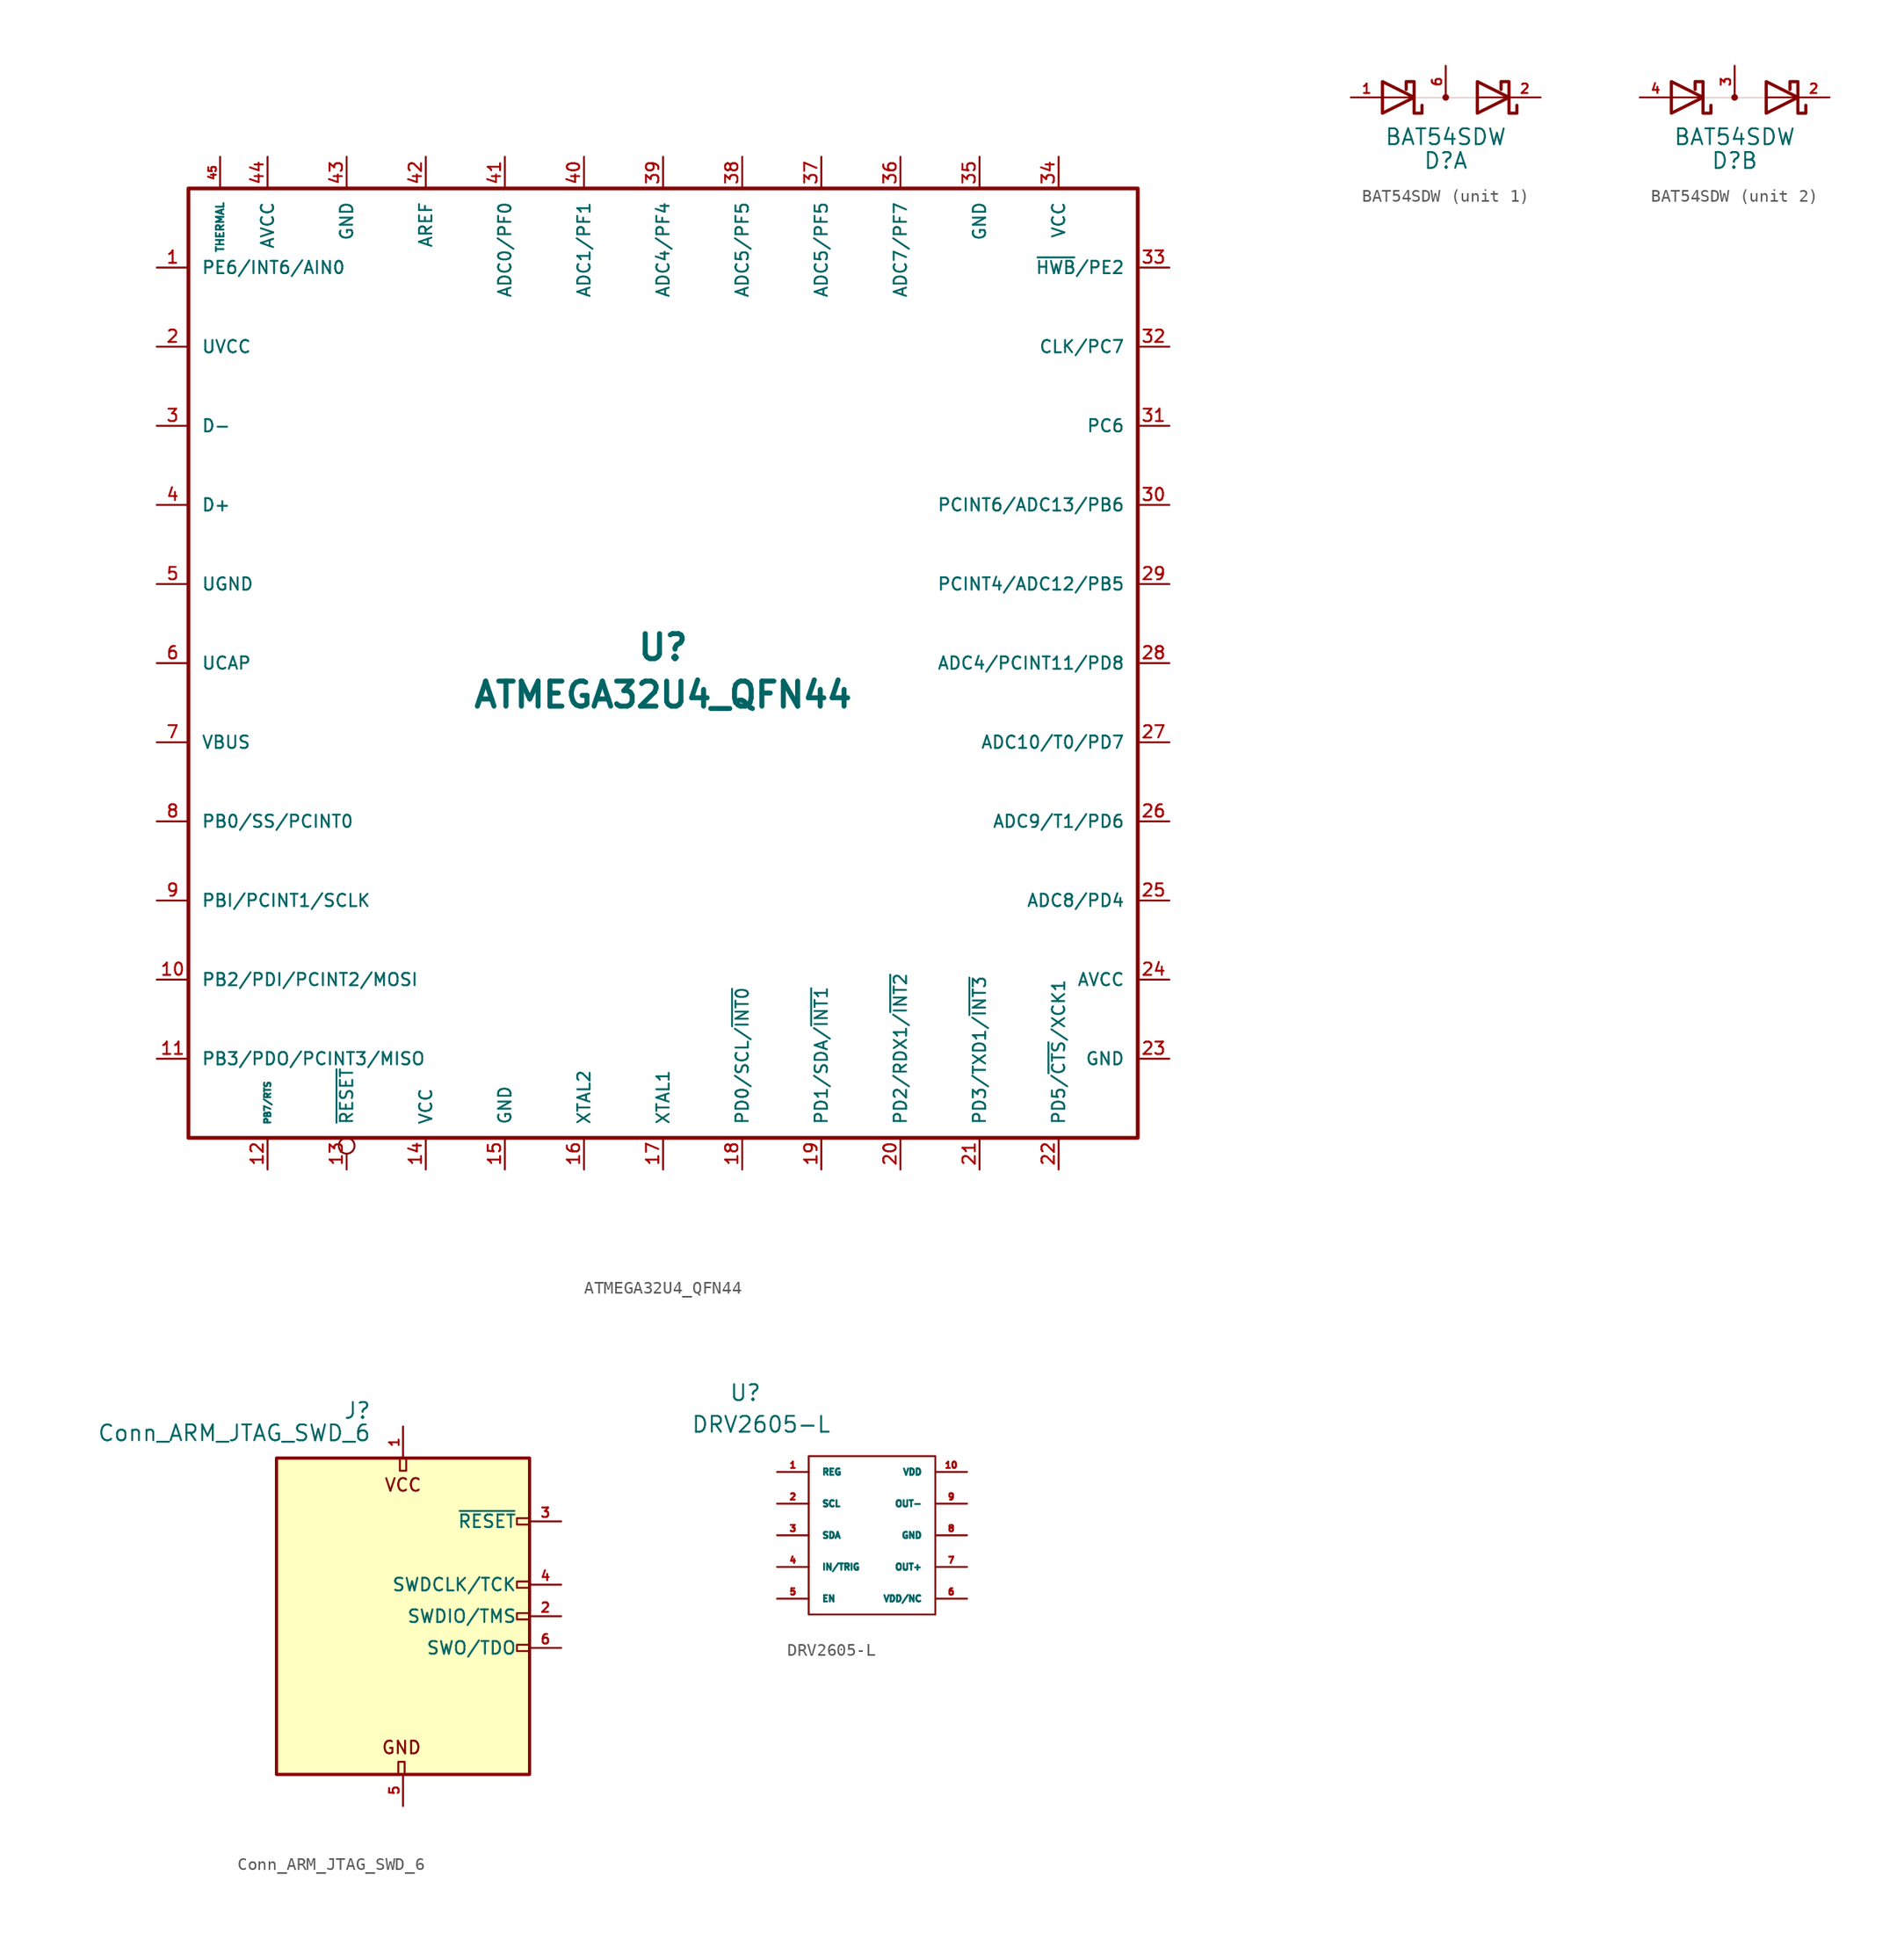
<source format=kicad_sym>
(kicad_symbol_lib
  (version 20211014)
  (generator kicad_symbol_editor)
  (symbol "ATMEGA32U4_QFN44"
    (pin_names
      (offset 1.016))
    (property "Reference" "U"
      (at 0 1.27 0)
      (effects (font (size 2.007 2.007) bold)))
    (property "Value" "ATMEGA32U4_QFN44"
      (at 0 -2.54 0)
      (effects (font (size 2.007 2.007) bold)))
    (symbol "ATMEGA32U4_QFN44_0_1"
      (rectangle (start -38.1 38.1) (end 38.1 -38.1) (stroke (width 0.305) (type default) (color 0 0 0 0)) (fill (type none))))
    (symbol "ATMEGA32U4_QFN44_1_1"
      (pin bidirectional line (at -40.64 31.75 0) (length 2.54) (name "PE6/INT6/AIN0" (effects (font (size 0.991 0.991)))) (number "1" (effects (font (size 0.991 0.991)))))
      (pin bidirectional line (at -40.64 -25.4 0) (length 2.54) (name "PB2/PDI/PCINT2/MOSI" (effects (font (size 0.991 0.991)))) (number "10" (effects (font (size 0.991 0.991)))))
      (pin bidirectional line (at -40.64 -31.75 0) (length 2.54) (name "PB3/PDO/PCINT3/MISO" (effects (font (size 0.991 0.991)))) (number "11" (effects (font (size 0.991 0.991)))))
      (pin bidirectional line (at -31.75 -40.64 90) (length 2.54) (name "PB7/RTS" (effects (font (size 0.508 0.508)))) (number "12" (effects (font (size 0.991 0.991)))))
      (pin input inverted (at -25.4 -40.64 90) (length 2.54) (name "~{RESET}" (effects (font (size 0.991 0.991)))) (number "13" (effects (font (size 0.991 0.991)))))
      (pin power_in line (at -19.05 -40.64 90) (length 2.54) (name "VCC" (effects (font (size 0.991 0.991)))) (number "14" (effects (font (size 0.991 0.991)))))
      (pin power_in line (at -12.7 -40.64 90) (length 2.54) (name "GND" (effects (font (size 0.991 0.991)))) (number "15" (effects (font (size 0.991 0.991)))))
      (pin input line (at -6.35 -40.64 90) (length 2.54) (name "XTAL2" (effects (font (size 0.991 0.991)))) (number "16" (effects (font (size 0.991 0.991)))))
      (pin input line (at 0 -40.64 90) (length 2.54) (name "XTAL1" (effects (font (size 0.991 0.991)))) (number "17" (effects (font (size 0.991 0.991)))))
      (pin bidirectional line (at 6.35 -40.64 90) (length 2.54) (name "PD0/SCL/~{INT0}" (effects (font (size 0.991 0.991)))) (number "18" (effects (font (size 0.991 0.991)))))
      (pin bidirectional line (at 12.7 -40.64 90) (length 2.54) (name "PD1/SDA/~{INT1}" (effects (font (size 0.991 0.991)))) (number "19" (effects (font (size 0.991 0.991)))))
      (pin power_in line (at -40.64 25.4 0) (length 2.54) (name "UVCC" (effects (font (size 0.991 0.991)))) (number "2" (effects (font (size 0.991 0.991)))))
      (pin bidirectional line (at 19.05 -40.64 90) (length 2.54) (name "PD2/RDX1/~{INT2}" (effects (font (size 0.991 0.991)))) (number "20" (effects (font (size 0.991 0.991)))))
      (pin bidirectional line (at 25.4 -40.64 90) (length 2.54) (name "PD3/TXD1/~{INT3}" (effects (font (size 0.991 0.991)))) (number "21" (effects (font (size 0.991 0.991)))))
      (pin bidirectional line (at 31.75 -40.64 90) (length 2.54) (name "PD5/~{CTS}/XCK1" (effects (font (size 0.991 0.991)))) (number "22" (effects (font (size 0.991 0.991)))))
      (pin power_in line (at 40.64 -31.75 180) (length 2.54) (name "GND" (effects (font (size 0.991 0.991)))) (number "23" (effects (font (size 0.991 0.991)))))
      (pin power_in line (at 40.64 -25.4 180) (length 2.54) (name "AVCC" (effects (font (size 0.991 0.991)))) (number "24" (effects (font (size 0.991 0.991)))))
      (pin bidirectional line (at 40.64 -19.05 180) (length 2.54) (name "ADC8/PD4" (effects (font (size 0.991 0.991)))) (number "25" (effects (font (size 0.991 0.991)))))
      (pin bidirectional line (at 40.64 -12.7 180) (length 2.54) (name "ADC9/T1/PD6" (effects (font (size 0.991 0.991)))) (number "26" (effects (font (size 0.991 0.991)))))
      (pin bidirectional line (at 40.64 -6.35 180) (length 2.54) (name "ADC10/T0/PD7" (effects (font (size 0.991 0.991)))) (number "27" (effects (font (size 0.991 0.991)))))
      (pin bidirectional line (at 40.64 0 180) (length 2.54) (name "ADC4/PCINT11/PD8" (effects (font (size 0.991 0.991)))) (number "28" (effects (font (size 0.991 0.991)))))
      (pin bidirectional line (at 40.64 6.35 180) (length 2.54) (name "PCINT4/ADC12/PB5" (effects (font (size 0.991 0.991)))) (number "29" (effects (font (size 0.991 0.991)))))
      (pin bidirectional line (at -40.64 19.05 0) (length 2.54) (name "D-" (effects (font (size 0.991 0.991)))) (number "3" (effects (font (size 0.991 0.991)))))
      (pin bidirectional line (at 40.64 12.7 180) (length 2.54) (name "PCINT6/ADC13/PB6" (effects (font (size 0.991 0.991)))) (number "30" (effects (font (size 0.991 0.991)))))
      (pin bidirectional line (at 40.64 19.05 180) (length 2.54) (name "PC6" (effects (font (size 0.991 0.991)))) (number "31" (effects (font (size 0.991 0.991)))))
      (pin bidirectional line (at 40.64 25.4 180) (length 2.54) (name "CLK/PC7" (effects (font (size 0.991 0.991)))) (number "32" (effects (font (size 0.991 0.991)))))
      (pin bidirectional line (at 40.64 31.75 180) (length 2.54) (name "~{HWB}/PE2" (effects (font (size 0.991 0.991)))) (number "33" (effects (font (size 0.991 0.991)))))
      (pin power_in line (at 31.75 40.64 270) (length 2.54) (name "VCC" (effects (font (size 0.991 0.991)))) (number "34" (effects (font (size 0.991 0.991)))))
      (pin power_in line (at 25.4 40.64 270) (length 2.54) (name "GND" (effects (font (size 0.991 0.991)))) (number "35" (effects (font (size 0.991 0.991)))))
      (pin bidirectional line (at 19.05 40.64 270) (length 2.54) (name "ADC7/PF7" (effects (font (size 0.991 0.991)))) (number "36" (effects (font (size 0.991 0.991)))))
      (pin bidirectional line (at 12.7 40.64 270) (length 2.54) (name "ADC5/PF5" (effects (font (size 0.991 0.991)))) (number "37" (effects (font (size 0.991 0.991)))))
      (pin bidirectional line (at 6.35 40.64 270) (length 2.54) (name "ADC5/PF5" (effects (font (size 0.991 0.991)))) (number "38" (effects (font (size 0.991 0.991)))))
      (pin bidirectional line (at 0 40.64 270) (length 2.54) (name "ADC4/PF4" (effects (font (size 0.991 0.991)))) (number "39" (effects (font (size 0.991 0.991)))))
      (pin bidirectional line (at -40.64 12.7 0) (length 2.54) (name "D+" (effects (font (size 0.991 0.991)))) (number "4" (effects (font (size 0.991 0.991)))))
      (pin bidirectional line (at -6.35 40.64 270) (length 2.54) (name "ADC1/PF1" (effects (font (size 0.991 0.991)))) (number "40" (effects (font (size 0.991 0.991)))))
      (pin bidirectional line (at -12.7 40.64 270) (length 2.54) (name "ADC0/PF0" (effects (font (size 0.991 0.991)))) (number "41" (effects (font (size 0.991 0.991)))))
      (pin input line (at -19.05 40.64 270) (length 2.54) (name "AREF" (effects (font (size 0.991 0.991)))) (number "42" (effects (font (size 0.991 0.991)))))
      (pin power_in line (at -25.4 40.64 270) (length 2.54) (name "GND" (effects (font (size 0.991 0.991)))) (number "43" (effects (font (size 0.991 0.991)))))
      (pin power_in line (at -31.75 40.64 270) (length 2.54) (name "AVCC" (effects (font (size 0.991 0.991)))) (number "44" (effects (font (size 0.991 0.991)))))
      (pin input line (at -35.56 40.64 270) (length 2.54) (name "THERMAL" (effects (font (size 0.61 0.61)))) (number "45" (effects (font (size 0.61 0.61)))))
      (pin power_in line (at -40.64 6.35 0) (length 2.54) (name "UGND" (effects (font (size 0.991 0.991)))) (number "5" (effects (font (size 0.991 0.991)))))
      (pin input line (at -40.64 0 0) (length 2.54) (name "UCAP" (effects (font (size 0.991 0.991)))) (number "6" (effects (font (size 0.991 0.991)))))
      (pin power_in line (at -40.64 -6.35 0) (length 2.54) (name "VBUS" (effects (font (size 0.991 0.991)))) (number "7" (effects (font (size 0.991 0.991)))))
      (pin bidirectional line (at -40.64 -12.7 0) (length 2.54) (name "PB0/SS/PCINT0" (effects (font (size 0.991 0.991)))) (number "8" (effects (font (size 0.991 0.991)))))
      (pin bidirectional line (at -40.64 -19.05 0) (length 2.54) (name "PBI/PCINT1/SCLK" (effects (font (size 0.991 0.991)))) (number "9" (effects (font (size 0.991 0.991)))))))
  (symbol "BAT54SDW"
    (pin_names
      (offset 1.016))
    (property "Reference" "D"
      (at 0 -5.08 0)
      (effects (font (size 1.27 1.27))))
    (property "Value" "BAT54SDW"
      (at 0 -3.175 0)
      (effects (font (size 1.27 1.27))))
    (symbol "BAT54SDW_0_1"
      (rectangle (start -2.54 0) (end 2.54 0) (stroke (width 0.001) (type default) (color 0 0 0 0)) (fill (type none)))
      (polyline (pts (xy -5.08 0) (xy -2.54 0)) (stroke (width 0) (type default) (color 0 0 0 0)) (fill (type none)))
      (polyline (pts (xy 2.54 0) (xy 5.08 0)) (stroke (width 0) (type default) (color 0 0 0 0)) (fill (type none)))
      (polyline (pts (xy -5.08 -1.27) (xy -5.08 1.27) (xy -2.54 0) (xy -5.08 -1.27)) (stroke (width 0.254) (type default) (color 0 0 0 0)) (fill (type none)))
      (polyline (pts (xy 2.54 -1.27) (xy 2.54 1.27) (xy 5.08 0) (xy 2.54 -1.27)) (stroke (width 0.254) (type default) (color 0 0 0 0)) (fill (type none)))
      (polyline (pts (xy -1.905 -0.635) (xy -1.905 -1.27) (xy -2.54 -1.27) (xy -2.54 1.27) (xy -3.175 1.27) (xy -3.175 0.635)) (stroke (width 0.254) (type default) (color 0 0 0 0)) (fill (type none)))
      (polyline (pts (xy 5.715 -0.635) (xy 5.715 -1.27) (xy 5.08 -1.27) (xy 5.08 1.27) (xy 4.445 1.27) (xy 4.445 0.635)) (stroke (width 0.254) (type default) (color 0 0 0 0)) (fill (type none)))
      (circle (center 0 0) (radius 0.254) (stroke (width 0.003) (type default) (color 0 0 0 0)) (fill (type outline))))
    (symbol "BAT54SDW_1_1"
      (pin passive line (at -7.62 0 0) (length 2.54) (name "4" (effects (font (size 0 0)))) (number "1" (effects (font (size 0.762 0.762)))))
      (pin passive line (at 7.62 0 180) (length 2.54) (name "2" (effects (font (size 0 0)))) (number "2" (effects (font (size 0.762 0.762)))))
      (pin passive line (at 0 2.54 270) (length 2.54) (name "3" (effects (font (size 0 0)))) (number "6" (effects (font (size 0.762 0.762))))))
    (symbol "BAT54SDW_2_1"
      (pin passive line (at 7.62 0 180) (length 2.54) (name "2" (effects (font (size 0 0)))) (number "2" (effects (font (size 0.762 0.762)))))
      (pin passive line (at 0 2.54 270) (length 2.54) (name "3" (effects (font (size 0 0)))) (number "3" (effects (font (size 0.762 0.762)))))
      (pin passive line (at -7.62 0 0) (length 2.54) (name "4" (effects (font (size 0 0)))) (number "4" (effects (font (size 0.762 0.762)))))))
  (symbol "Conn_ARM_JTAG_SWD_6"
    (pin_names
      (offset 1.016))
    (property "Reference" "J"
      (at -2.54 16.51 0)
      (effects (font (size 1.27 1.27)) (justify right)))
    (property "Value" "Conn_ARM_JTAG_SWD_6"
      (at -2.54 13.97 0)
      (effects (font (size 1.27 1.27)) (justify right bottom)))
    (symbol "Conn_ARM_JTAG_SWD_6_0_0"
      (text "VCC" (at 0 10.541 0) (effects (font (size 1.016 1.016)))))
    (symbol "Conn_ARM_JTAG_SWD_6_0_1"
      (rectangle (start -10.16 12.7) (end 10.16 -12.7) (stroke (width 0.254) (type default) (color 0 0 0 0)) (fill (type background)))
      (rectangle (start -0.381 -12.7) (end 0.127 -11.684) (stroke (width 0) (type default) (color 0 0 0 0)) (fill (type none)))
      (rectangle (start -0.254 12.7) (end 0.254 11.684) (stroke (width 0) (type default) (color 0 0 0 0)) (fill (type none)))
      (rectangle (start 9.144 2.286) (end 10.16 2.794) (stroke (width 0) (type default) (color 0 0 0 0)) (fill (type none)))
      (rectangle (start 10.16 -2.794) (end 9.144 -2.286) (stroke (width 0) (type default) (color 0 0 0 0)) (fill (type none)))
      (rectangle (start 10.16 -0.254) (end 9.144 0.254) (stroke (width 0) (type default) (color 0 0 0 0)) (fill (type none)))
      (rectangle (start 10.16 7.874) (end 9.144 7.366) (stroke (width 0) (type default) (color 0 0 0 0)) (fill (type none))))
    (symbol "Conn_ARM_JTAG_SWD_6_1_1"
      (text "GND" (at -0.127 -10.541 0) (effects (font (size 1.016 1.016))))
      (pin power_in line (at 0 15.24 270) (length 2.54) (name "VCC" (effects (font (size 0 0)))) (number "1" (effects (font (size 0.762 0.762)))))
      (pin bidirectional line (at 12.7 0 180) (length 2.54) (name "SWDIO/TMS" (effects (font (size 1.016 1.016)))) (number "2" (effects (font (size 0.762 0.762)))))
      (pin open_collector line (at 12.7 7.62 180) (length 2.54) (name "~{RESET}" (effects (font (size 1.016 1.016)))) (number "3" (effects (font (size 0.762 0.762)))))
      (pin output line (at 12.7 2.54 180) (length 2.54) (name "SWDCLK/TCK" (effects (font (size 1.016 1.016)))) (number "4" (effects (font (size 0.762 0.762)))))
      (pin power_in line (at 0 -15.24 90) (length 2.54) (name "GND" (effects (font (size 0 0)))) (number "5" (effects (font (size 0.762 0.762)))))
      (pin input line (at 12.7 -2.54 180) (length 2.54) (name "SWO/TDO" (effects (font (size 1.016 1.016)))) (number "6" (effects (font (size 0.762 0.762)))))
      (pin no_connect line (at -10.16 0 0) (length 2.54) hide (name "KEY" (effects (font (size 1.27 1.27)))) (number "7" (effects (font (size 1.27 1.27)))))))
  (symbol "DRV2605-L"
    (pin_names
      (offset 1.016))
    (property "Reference" "U"
      (at -10.16 11.43 0)
      (effects (font (size 1.27 1.27))))
    (property "Value" "DRV2605-L"
      (at -8.89 8.89 0)
      (effects (font (size 1.27 1.27))))
    (symbol "DRV2605-L_0_1"
      (rectangle (start -5.08 6.35) (end 5.08 -6.35) (stroke (width 0) (type default) (color 0 0 0 0)) (fill (type none))))
    (symbol "DRV2605-L_1_1"
      (pin output line (at -7.62 5.08 0) (length 2.54) (name "REG" (effects (font (size 0.508 0.508)))) (number "1" (effects (font (size 0.508 0.508)))))
      (pin power_in line (at 7.62 5.08 180) (length 2.54) (name "VDD" (effects (font (size 0.508 0.508)))) (number "10" (effects (font (size 0.508 0.508)))))
      (pin bidirectional line (at -7.62 2.54 0) (length 2.54) (name "SCL" (effects (font (size 0.508 0.508)))) (number "2" (effects (font (size 0.508 0.508)))))
      (pin bidirectional line (at -7.62 0 0) (length 2.54) (name "SDA" (effects (font (size 0.508 0.508)))) (number "3" (effects (font (size 0.508 0.508)))))
      (pin input line (at -7.62 -2.54 0) (length 2.54) (name "IN/TRIG" (effects (font (size 0.508 0.508)))) (number "4" (effects (font (size 0.508 0.508)))))
      (pin input line (at -7.62 -5.08 0) (length 2.54) (name "EN" (effects (font (size 0.508 0.508)))) (number "5" (effects (font (size 0.508 0.508)))))
      (pin power_in line (at 7.62 -5.08 180) (length 2.54) (name "VDD/NC" (effects (font (size 0.508 0.508)))) (number "6" (effects (font (size 0.508 0.508)))))
      (pin power_out line (at 7.62 -2.54 180) (length 2.54) (name "OUT+" (effects (font (size 0.508 0.508)))) (number "7" (effects (font (size 0.508 0.508)))))
      (pin passive line (at 7.62 0 180) (length 2.54) (name "GND" (effects (font (size 0.508 0.508)))) (number "8" (effects (font (size 0.508 0.508)))))
      (pin passive line (at 7.62 2.54 180) (length 2.54) (name "OUT-" (effects (font (size 0.508 0.508)))) (number "9" (effects (font (size 0.508 0.508))))))))
</source>
